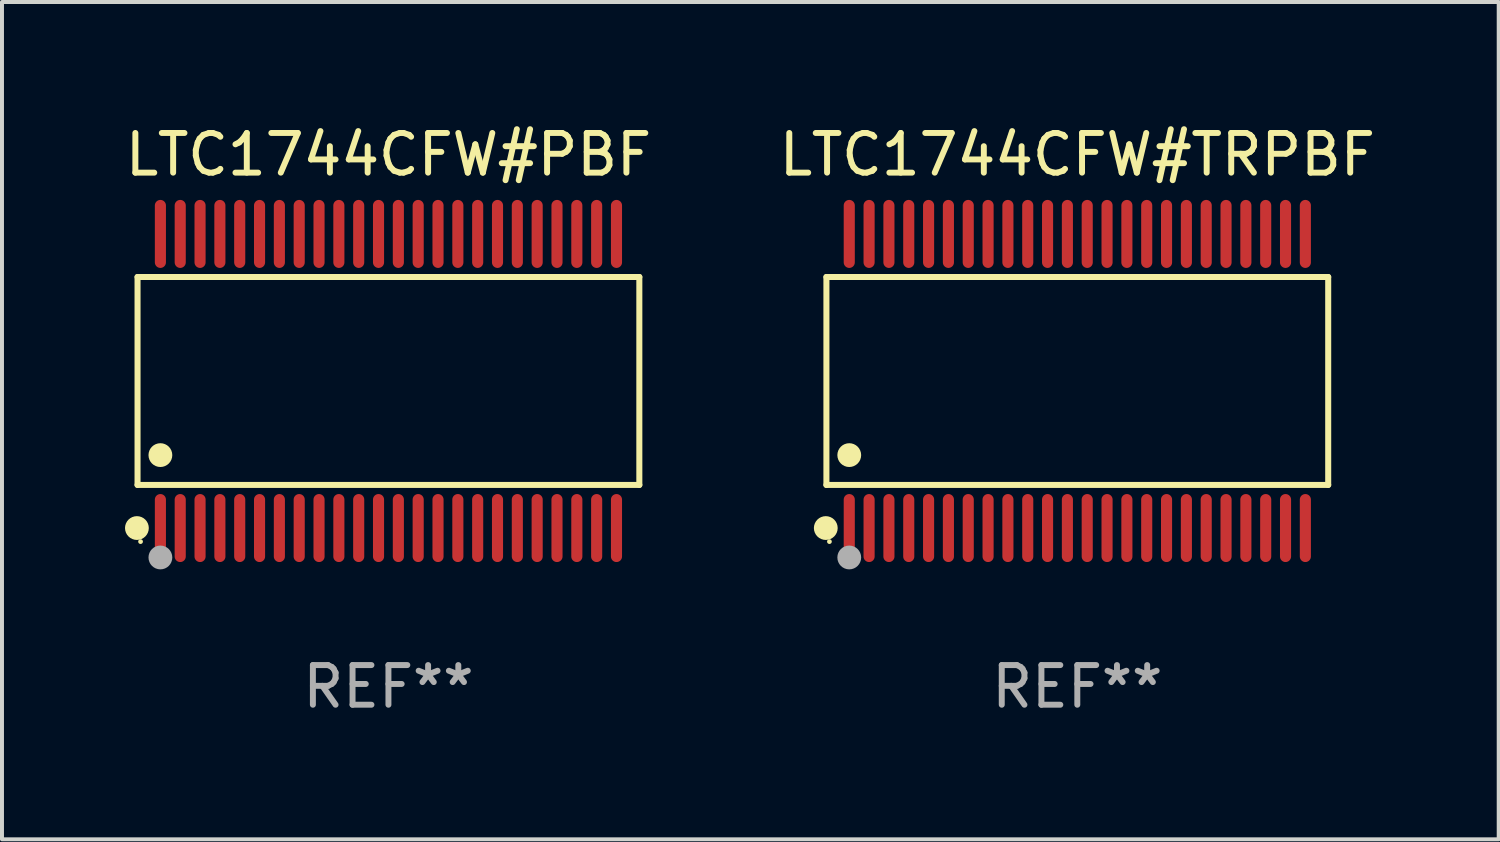
<source format=kicad_pcb>
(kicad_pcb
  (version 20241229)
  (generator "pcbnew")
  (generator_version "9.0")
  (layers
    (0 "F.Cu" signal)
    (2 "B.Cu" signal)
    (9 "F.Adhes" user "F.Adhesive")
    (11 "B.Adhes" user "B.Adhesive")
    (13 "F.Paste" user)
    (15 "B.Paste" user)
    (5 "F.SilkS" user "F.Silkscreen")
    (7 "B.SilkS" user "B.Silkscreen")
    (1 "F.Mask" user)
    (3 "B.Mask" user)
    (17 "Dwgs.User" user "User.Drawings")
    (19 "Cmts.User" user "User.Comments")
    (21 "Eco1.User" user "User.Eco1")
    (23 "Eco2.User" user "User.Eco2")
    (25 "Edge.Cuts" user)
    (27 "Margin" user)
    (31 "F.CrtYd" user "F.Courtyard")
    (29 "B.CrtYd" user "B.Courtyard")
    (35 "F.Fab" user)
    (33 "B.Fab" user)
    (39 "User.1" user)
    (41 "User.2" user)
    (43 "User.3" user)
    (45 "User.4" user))
  (footprint "LTC1744CFW#TRPBF"
    (layer "F.Cu")
    (at 24.113 6.556)
    (property "Reference" "LTC1744CFW#TRPBF" (at 0 -5.708 0) (layer "F.SilkS") (effects (font (size 1 1) (thickness 0.15))))
    (attr through_hole)
    (fp_line (start -6.326 -2.622) (end 6.326 -2.622) (stroke (width 0.152) (type solid)) (layer "F.SilkS"))
    (fp_line (start -6.326 2.621) (end -6.326 -2.622) (stroke (width 0.152) (type solid)) (layer "F.SilkS"))
    (fp_line (start 6.326 -2.622) (end 6.326 2.621) (stroke (width 0.152) (type solid)) (layer "F.SilkS"))
    (fp_line (start 6.326 2.621) (end -6.326 2.621) (stroke (width 0.152) (type solid)) (layer "F.SilkS"))
    (fp_circle (center -6.342 3.708) (end -6.192 3.708) (stroke (width 0.3) (type solid)) (fill no) (layer "F.SilkS"))
    (fp_circle (center -6.25 4.05) (end -6.22 4.05) (stroke (width 0.06) (type solid)) (fill no) (layer "F.SilkS"))
    (fp_circle (center -5.75 1.869) (end -5.6 1.869) (stroke (width 0.3) (type solid)) (fill no) (layer "F.SilkS"))
    (fp_circle (center -5.75 4.45) (end -5.6 4.45) (stroke (width 0.3) (type solid)) (fill no) (layer "F.Fab"))
    (fp_text user "REF**" (at 0 7.708 0) (layer "F.Fab") (effects (font (size 1 1) (thickness 0.15))))
    (pad "1" smd oval (at -5.75 3.708) (size 0.28 1.715) (layers "F.Cu" "F.Mask" "F.Paste"))
    (pad "2" smd oval (at -5.25 3.708) (size 0.28 1.715) (layers "F.Cu" "F.Mask" "F.Paste"))
    (pad "3" smd oval (at -4.75 3.708) (size 0.28 1.715) (layers "F.Cu" "F.Mask" "F.Paste"))
    (pad "4" smd oval (at -4.25 3.708) (size 0.28 1.715) (layers "F.Cu" "F.Mask" "F.Paste"))
    (pad "5" smd oval (at -3.75 3.708) (size 0.28 1.715) (layers "F.Cu" "F.Mask" "F.Paste"))
    (pad "6" smd oval (at -3.25 3.708) (size 0.28 1.715) (layers "F.Cu" "F.Mask" "F.Paste"))
    (pad "7" smd oval (at -2.75 3.708) (size 0.28 1.715) (layers "F.Cu" "F.Mask" "F.Paste"))
    (pad "8" smd oval (at -2.25 3.708) (size 0.28 1.715) (layers "F.Cu" "F.Mask" "F.Paste"))
    (pad "9" smd oval (at -1.75 3.708) (size 0.28 1.715) (layers "F.Cu" "F.Mask" "F.Paste"))
    (pad "10" smd oval (at -1.25 3.708) (size 0.28 1.715) (layers "F.Cu" "F.Mask" "F.Paste"))
    (pad "11" smd oval (at -0.75 3.708) (size 0.28 1.715) (layers "F.Cu" "F.Mask" "F.Paste"))
    (pad "12" smd oval (at -0.25 3.708) (size 0.28 1.715) (layers "F.Cu" "F.Mask" "F.Paste"))
    (pad "13" smd oval (at 0.25 3.708) (size 0.28 1.715) (layers "F.Cu" "F.Mask" "F.Paste"))
    (pad "14" smd oval (at 0.75 3.708) (size 0.28 1.715) (layers "F.Cu" "F.Mask" "F.Paste"))
    (pad "15" smd oval (at 1.25 3.708) (size 0.28 1.715) (layers "F.Cu" "F.Mask" "F.Paste"))
    (pad "16" smd oval (at 1.75 3.708) (size 0.28 1.715) (layers "F.Cu" "F.Mask" "F.Paste"))
    (pad "17" smd oval (at 2.25 3.708) (size 0.28 1.715) (layers "F.Cu" "F.Mask" "F.Paste"))
    (pad "18" smd oval (at 2.75 3.708) (size 0.28 1.715) (layers "F.Cu" "F.Mask" "F.Paste"))
    (pad "19" smd oval (at 3.25 3.708) (size 0.28 1.715) (layers "F.Cu" "F.Mask" "F.Paste"))
    (pad "20" smd oval (at 3.75 3.708) (size 0.28 1.715) (layers "F.Cu" "F.Mask" "F.Paste"))
    (pad "21" smd oval (at 4.25 3.708) (size 0.28 1.715) (layers "F.Cu" "F.Mask" "F.Paste"))
    (pad "22" smd oval (at 4.75 3.708) (size 0.28 1.715) (layers "F.Cu" "F.Mask" "F.Paste"))
    (pad "23" smd oval (at 5.25 3.708) (size 0.28 1.715) (layers "F.Cu" "F.Mask" "F.Paste"))
    (pad "24" smd oval (at 5.75 3.708) (size 0.28 1.715) (layers "F.Cu" "F.Mask" "F.Paste"))
    (pad "25" smd oval (at 5.75 -3.708) (size 0.28 1.715) (layers "F.Cu" "F.Mask" "F.Paste"))
    (pad "26" smd oval (at 5.25 -3.708) (size 0.28 1.715) (layers "F.Cu" "F.Mask" "F.Paste"))
    (pad "27" smd oval (at 4.75 -3.708) (size 0.28 1.715) (layers "F.Cu" "F.Mask" "F.Paste"))
    (pad "28" smd oval (at 4.25 -3.708) (size 0.28 1.715) (layers "F.Cu" "F.Mask" "F.Paste"))
    (pad "29" smd oval (at 3.75 -3.708) (size 0.28 1.715) (layers "F.Cu" "F.Mask" "F.Paste"))
    (pad "30" smd oval (at 3.25 -3.708) (size 0.28 1.715) (layers "F.Cu" "F.Mask" "F.Paste"))
    (pad "31" smd oval (at 2.75 -3.708) (size 0.28 1.715) (layers "F.Cu" "F.Mask" "F.Paste"))
    (pad "32" smd oval (at 2.25 -3.708) (size 0.28 1.715) (layers "F.Cu" "F.Mask" "F.Paste"))
    (pad "33" smd oval (at 1.75 -3.708) (size 0.28 1.715) (layers "F.Cu" "F.Mask" "F.Paste"))
    (pad "34" smd oval (at 1.25 -3.708) (size 0.28 1.715) (layers "F.Cu" "F.Mask" "F.Paste"))
    (pad "35" smd oval (at 0.75 -3.708) (size 0.28 1.715) (layers "F.Cu" "F.Mask" "F.Paste"))
    (pad "36" smd oval (at 0.25 -3.708) (size 0.28 1.715) (layers "F.Cu" "F.Mask" "F.Paste"))
    (pad "37" smd oval (at -0.25 -3.708) (size 0.28 1.715) (layers "F.Cu" "F.Mask" "F.Paste"))
    (pad "38" smd oval (at -0.75 -3.708) (size 0.28 1.715) (layers "F.Cu" "F.Mask" "F.Paste"))
    (pad "39" smd oval (at -1.25 -3.708) (size 0.28 1.715) (layers "F.Cu" "F.Mask" "F.Paste"))
    (pad "40" smd oval (at -1.75 -3.708) (size 0.28 1.715) (layers "F.Cu" "F.Mask" "F.Paste"))
    (pad "41" smd oval (at -2.25 -3.708) (size 0.28 1.715) (layers "F.Cu" "F.Mask" "F.Paste"))
    (pad "42" smd oval (at -2.75 -3.708) (size 0.28 1.715) (layers "F.Cu" "F.Mask" "F.Paste"))
    (pad "43" smd oval (at -3.25 -3.708) (size 0.28 1.715) (layers "F.Cu" "F.Mask" "F.Paste"))
    (pad "44" smd oval (at -3.75 -3.708) (size 0.28 1.715) (layers "F.Cu" "F.Mask" "F.Paste"))
    (pad "45" smd oval (at -4.25 -3.708) (size 0.28 1.715) (layers "F.Cu" "F.Mask" "F.Paste"))
    (pad "46" smd oval (at -4.75 -3.708) (size 0.28 1.715) (layers "F.Cu" "F.Mask" "F.Paste"))
    (pad "47" smd oval (at -5.25 -3.708) (size 0.28 1.715) (layers "F.Cu" "F.Mask" "F.Paste"))
    (pad "48" smd oval (at -5.75 -3.708) (size 0.28 1.715) (layers "F.Cu" "F.Mask" "F.Paste")))
  (footprint "LTC1744CFW#PBF"
    (layer "F.Cu")
    (at 6.744 6.556)
    (property "Reference" "LTC1744CFW#PBF" (at 0 -5.708 0) (layer "F.SilkS") (effects (font (size 1 1) (thickness 0.15))))
    (attr through_hole)
    (fp_line (start -6.326 -2.622) (end 6.326 -2.622) (stroke (width 0.152) (type solid)) (layer "F.SilkS"))
    (fp_line (start -6.326 2.621) (end -6.326 -2.622) (stroke (width 0.152) (type solid)) (layer "F.SilkS"))
    (fp_line (start 6.326 -2.622) (end 6.326 2.621) (stroke (width 0.152) (type solid)) (layer "F.SilkS"))
    (fp_line (start 6.326 2.621) (end -6.326 2.621) (stroke (width 0.152) (type solid)) (layer "F.SilkS"))
    (fp_circle (center -6.342 3.708) (end -6.192 3.708) (stroke (width 0.3) (type solid)) (fill no) (layer "F.SilkS"))
    (fp_circle (center -6.25 4.05) (end -6.22 4.05) (stroke (width 0.06) (type solid)) (fill no) (layer "F.SilkS"))
    (fp_circle (center -5.75 1.869) (end -5.6 1.869) (stroke (width 0.3) (type solid)) (fill no) (layer "F.SilkS"))
    (fp_circle (center -5.75 4.45) (end -5.6 4.45) (stroke (width 0.3) (type solid)) (fill no) (layer "F.Fab"))
    (fp_text user "REF**" (at 0 7.708 0) (layer "F.Fab") (effects (font (size 1 1) (thickness 0.15))))
    (pad "1" smd oval (at -5.75 3.708) (size 0.28 1.715) (layers "F.Cu" "F.Mask" "F.Paste"))
    (pad "2" smd oval (at -5.25 3.708) (size 0.28 1.715) (layers "F.Cu" "F.Mask" "F.Paste"))
    (pad "3" smd oval (at -4.75 3.708) (size 0.28 1.715) (layers "F.Cu" "F.Mask" "F.Paste"))
    (pad "4" smd oval (at -4.25 3.708) (size 0.28 1.715) (layers "F.Cu" "F.Mask" "F.Paste"))
    (pad "5" smd oval (at -3.75 3.708) (size 0.28 1.715) (layers "F.Cu" "F.Mask" "F.Paste"))
    (pad "6" smd oval (at -3.25 3.708) (size 0.28 1.715) (layers "F.Cu" "F.Mask" "F.Paste"))
    (pad "7" smd oval (at -2.75 3.708) (size 0.28 1.715) (layers "F.Cu" "F.Mask" "F.Paste"))
    (pad "8" smd oval (at -2.25 3.708) (size 0.28 1.715) (layers "F.Cu" "F.Mask" "F.Paste"))
    (pad "9" smd oval (at -1.75 3.708) (size 0.28 1.715) (layers "F.Cu" "F.Mask" "F.Paste"))
    (pad "10" smd oval (at -1.25 3.708) (size 0.28 1.715) (layers "F.Cu" "F.Mask" "F.Paste"))
    (pad "11" smd oval (at -0.75 3.708) (size 0.28 1.715) (layers "F.Cu" "F.Mask" "F.Paste"))
    (pad "12" smd oval (at -0.25 3.708) (size 0.28 1.715) (layers "F.Cu" "F.Mask" "F.Paste"))
    (pad "13" smd oval (at 0.25 3.708) (size 0.28 1.715) (layers "F.Cu" "F.Mask" "F.Paste"))
    (pad "14" smd oval (at 0.75 3.708) (size 0.28 1.715) (layers "F.Cu" "F.Mask" "F.Paste"))
    (pad "15" smd oval (at 1.25 3.708) (size 0.28 1.715) (layers "F.Cu" "F.Mask" "F.Paste"))
    (pad "16" smd oval (at 1.75 3.708) (size 0.28 1.715) (layers "F.Cu" "F.Mask" "F.Paste"))
    (pad "17" smd oval (at 2.25 3.708) (size 0.28 1.715) (layers "F.Cu" "F.Mask" "F.Paste"))
    (pad "18" smd oval (at 2.75 3.708) (size 0.28 1.715) (layers "F.Cu" "F.Mask" "F.Paste"))
    (pad "19" smd oval (at 3.25 3.708) (size 0.28 1.715) (layers "F.Cu" "F.Mask" "F.Paste"))
    (pad "20" smd oval (at 3.75 3.708) (size 0.28 1.715) (layers "F.Cu" "F.Mask" "F.Paste"))
    (pad "21" smd oval (at 4.25 3.708) (size 0.28 1.715) (layers "F.Cu" "F.Mask" "F.Paste"))
    (pad "22" smd oval (at 4.75 3.708) (size 0.28 1.715) (layers "F.Cu" "F.Mask" "F.Paste"))
    (pad "23" smd oval (at 5.25 3.708) (size 0.28 1.715) (layers "F.Cu" "F.Mask" "F.Paste"))
    (pad "24" smd oval (at 5.75 3.708) (size 0.28 1.715) (layers "F.Cu" "F.Mask" "F.Paste"))
    (pad "25" smd oval (at 5.75 -3.708) (size 0.28 1.715) (layers "F.Cu" "F.Mask" "F.Paste"))
    (pad "26" smd oval (at 5.25 -3.708) (size 0.28 1.715) (layers "F.Cu" "F.Mask" "F.Paste"))
    (pad "27" smd oval (at 4.75 -3.708) (size 0.28 1.715) (layers "F.Cu" "F.Mask" "F.Paste"))
    (pad "28" smd oval (at 4.25 -3.708) (size 0.28 1.715) (layers "F.Cu" "F.Mask" "F.Paste"))
    (pad "29" smd oval (at 3.75 -3.708) (size 0.28 1.715) (layers "F.Cu" "F.Mask" "F.Paste"))
    (pad "30" smd oval (at 3.25 -3.708) (size 0.28 1.715) (layers "F.Cu" "F.Mask" "F.Paste"))
    (pad "31" smd oval (at 2.75 -3.708) (size 0.28 1.715) (layers "F.Cu" "F.Mask" "F.Paste"))
    (pad "32" smd oval (at 2.25 -3.708) (size 0.28 1.715) (layers "F.Cu" "F.Mask" "F.Paste"))
    (pad "33" smd oval (at 1.75 -3.708) (size 0.28 1.715) (layers "F.Cu" "F.Mask" "F.Paste"))
    (pad "34" smd oval (at 1.25 -3.708) (size 0.28 1.715) (layers "F.Cu" "F.Mask" "F.Paste"))
    (pad "35" smd oval (at 0.75 -3.708) (size 0.28 1.715) (layers "F.Cu" "F.Mask" "F.Paste"))
    (pad "36" smd oval (at 0.25 -3.708) (size 0.28 1.715) (layers "F.Cu" "F.Mask" "F.Paste"))
    (pad "37" smd oval (at -0.25 -3.708) (size 0.28 1.715) (layers "F.Cu" "F.Mask" "F.Paste"))
    (pad "38" smd oval (at -0.75 -3.708) (size 0.28 1.715) (layers "F.Cu" "F.Mask" "F.Paste"))
    (pad "39" smd oval (at -1.25 -3.708) (size 0.28 1.715) (layers "F.Cu" "F.Mask" "F.Paste"))
    (pad "40" smd oval (at -1.75 -3.708) (size 0.28 1.715) (layers "F.Cu" "F.Mask" "F.Paste"))
    (pad "41" smd oval (at -2.25 -3.708) (size 0.28 1.715) (layers "F.Cu" "F.Mask" "F.Paste"))
    (pad "42" smd oval (at -2.75 -3.708) (size 0.28 1.715) (layers "F.Cu" "F.Mask" "F.Paste"))
    (pad "43" smd oval (at -3.25 -3.708) (size 0.28 1.715) (layers "F.Cu" "F.Mask" "F.Paste"))
    (pad "44" smd oval (at -3.75 -3.708) (size 0.28 1.715) (layers "F.Cu" "F.Mask" "F.Paste"))
    (pad "45" smd oval (at -4.25 -3.708) (size 0.28 1.715) (layers "F.Cu" "F.Mask" "F.Paste"))
    (pad "46" smd oval (at -4.75 -3.708) (size 0.28 1.715) (layers "F.Cu" "F.Mask" "F.Paste"))
    (pad "47" smd oval (at -5.25 -3.708) (size 0.28 1.715) (layers "F.Cu" "F.Mask" "F.Paste"))
    (pad "48" smd oval (at -5.75 -3.708) (size 0.28 1.715) (layers "F.Cu" "F.Mask" "F.Paste")))
  (gr_rect
    (start -3 -3)
    (end 34.738 18.112)
    (stroke (width 0.1) (type default))
    (fill no)
    (layer "Edge.Cuts")))
</source>
